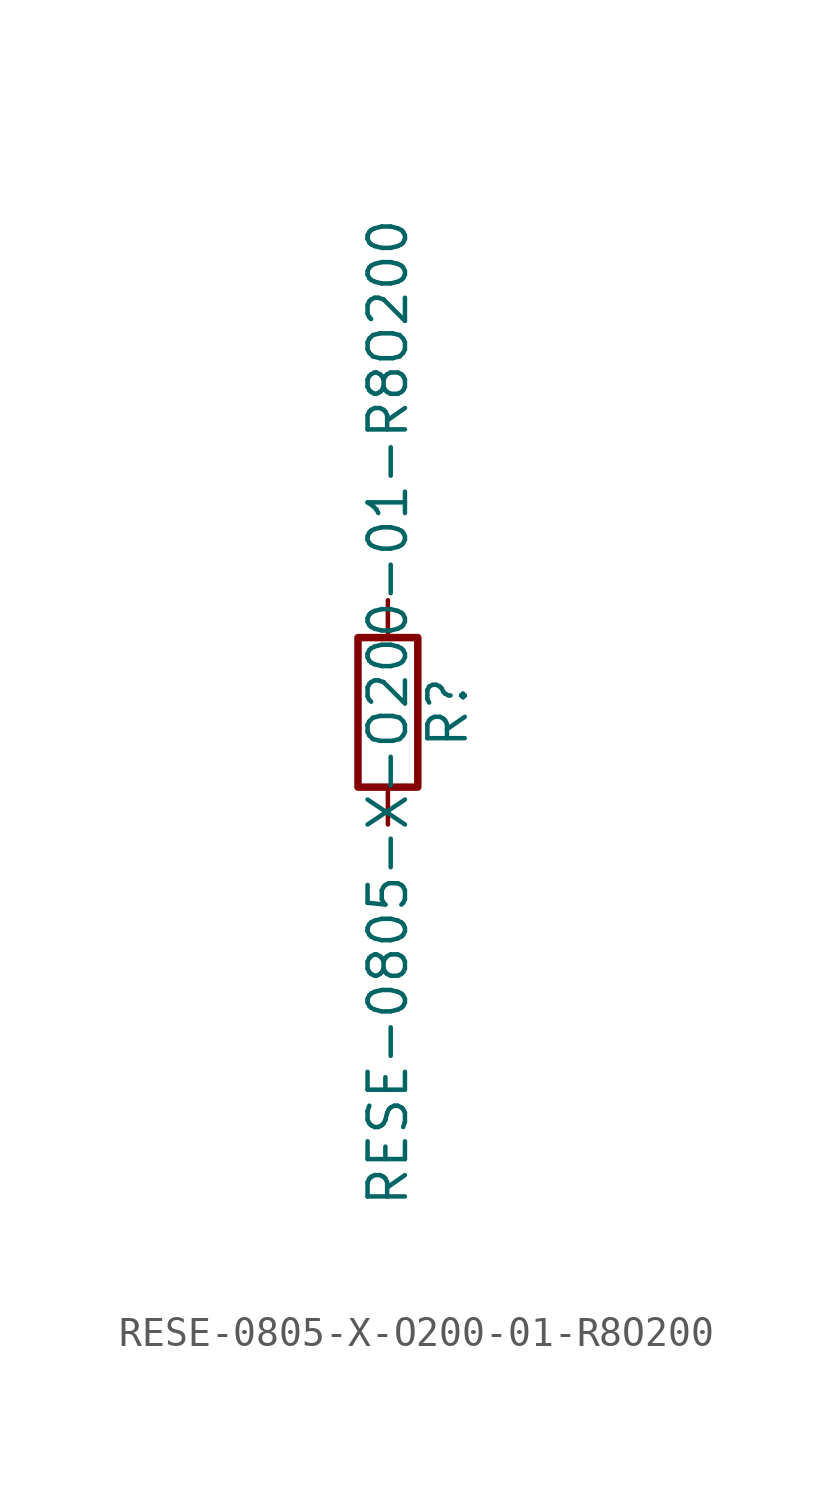
<source format=kicad_sym>
(kicad_symbol_lib
  (version 20211014)
  (generator kicad_symbol_editor)
  (symbol "RESE-0805-X-O200-01-R8O200"
    (pin_numbers hide)
    (pin_names
      (offset 0))
    (property "Reference" "R"
      (at 2.032 0 90)
      (effects (font (size 1.27 1.27))))
    (property "Value" "RESE-0805-X-O200-01-R8O200"
      (at 0 0 90)
      (effects (font (size 1.27 1.27))))
    (symbol "RESE-0805-X-O200-01-R8O200_0_1"
      (rectangle (start -1.016 -2.54) (end 1.016 2.54) (stroke (width 0.254) (type default) (color 0 0 0 0)) (fill (type none))))
    (symbol "RESE-0805-X-O200-01-R8O200_1_1"
      (pin passive line (at 0 3.81 270) (length 1.27) (name "~" (effects (font (size 1.27 1.27)))) (number "1" (effects (font (size 1.27 1.27)))))
      (pin passive line (at 0 -3.81 90) (length 1.27) (name "~" (effects (font (size 1.27 1.27)))) (number "2" (effects (font (size 1.27 1.27))))))))
</source>
